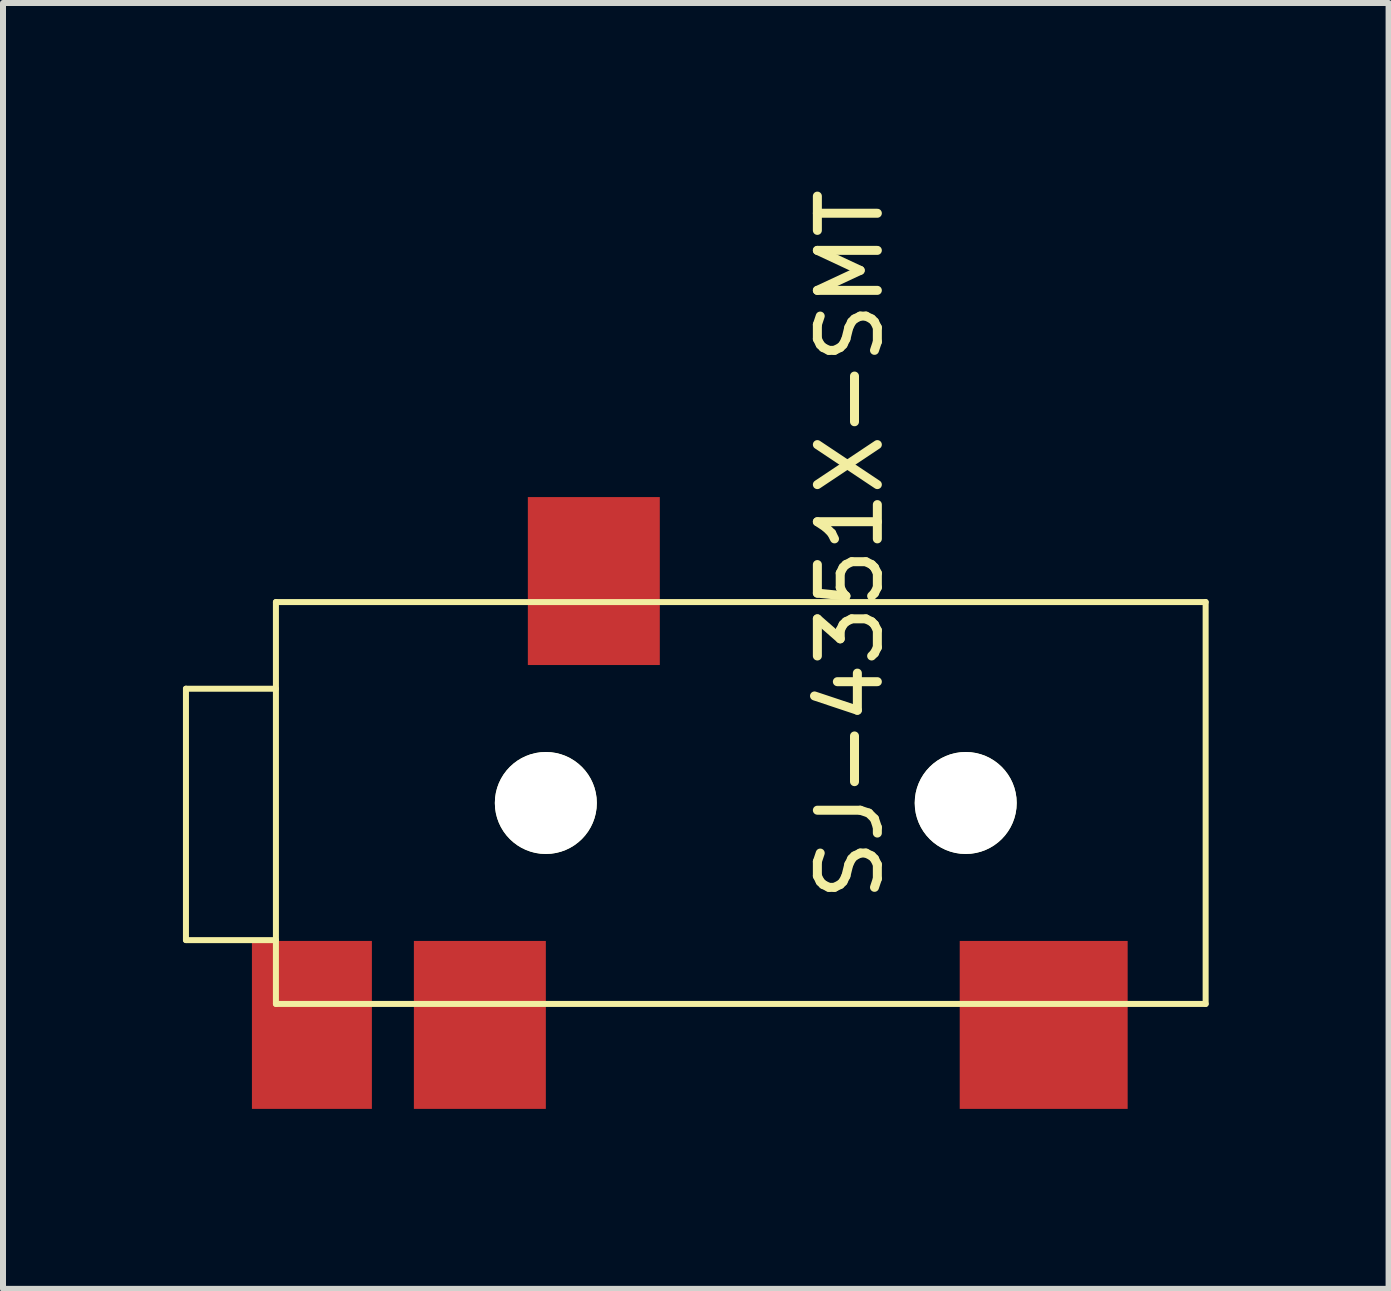
<source format=kicad_pcb>
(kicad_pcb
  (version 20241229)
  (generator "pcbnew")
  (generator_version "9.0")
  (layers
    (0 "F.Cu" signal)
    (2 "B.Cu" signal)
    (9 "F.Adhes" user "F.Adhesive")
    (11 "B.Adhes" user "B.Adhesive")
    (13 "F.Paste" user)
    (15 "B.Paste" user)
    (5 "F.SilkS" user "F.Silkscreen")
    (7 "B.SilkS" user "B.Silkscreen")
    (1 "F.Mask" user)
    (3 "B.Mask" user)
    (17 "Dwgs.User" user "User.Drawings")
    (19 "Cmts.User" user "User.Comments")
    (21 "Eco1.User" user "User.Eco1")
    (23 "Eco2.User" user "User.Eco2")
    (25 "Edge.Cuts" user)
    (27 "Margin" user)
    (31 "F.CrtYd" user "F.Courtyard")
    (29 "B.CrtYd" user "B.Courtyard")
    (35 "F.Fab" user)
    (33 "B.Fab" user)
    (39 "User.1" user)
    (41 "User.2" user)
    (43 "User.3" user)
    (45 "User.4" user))
  (footprint "SJ-4351X-SMT"
    (layer "F.Cu")
    (at 9.3 10.337)
    (property "Reference" "SJ-4351X-SMT" (at 1.822 -4.308 90) (layer "F.SilkS") (effects (font (size 1 1) (thickness 0.15))))
    (attr smd)
    (fp_line (start -9.25 -1.905) (end -7.75 -1.905) (stroke (width 0.1) (type solid)) (layer "F.SilkS"))
    (fp_line (start -9.25 2.286) (end -9.25 -1.905) (stroke (width 0.1) (type solid)) (layer "F.SilkS"))
    (fp_line (start -7.75 -3.35) (end -7.75 3.35) (stroke (width 0.1) (type solid)) (layer "F.SilkS"))
    (fp_line (start -7.75 -3.35) (end 7.75 -3.35) (stroke (width 0.1) (type solid)) (layer "F.SilkS"))
    (fp_line (start -7.75 2.286) (end -9.25 2.286) (stroke (width 0.1) (type solid)) (layer "F.SilkS"))
    (fp_line (start -7.75 3.35) (end 7.75 3.35) (stroke (width 0.1) (type solid)) (layer "F.SilkS"))
    (fp_line (start 7.75 -3.35) (end 7.75 3.35) (stroke (width 0.1) (type solid)) (layer "F.SilkS"))
    (pad "" np_thru_hole circle (at -3.25 0 90) (size 1.7 1.7) (drill 1.7) (layers "*.Cu" "*.Mask" "F.SilkS"))
    (pad "" np_thru_hole circle (at 3.75 0 90) (size 1.7 1.7) (drill 1.7) (layers "*.Cu" "*.Mask" "F.SilkS"))
    (pad "R1" smd rect (at -2.45 -3.7) (size 2.2 2.8) (layers "F.Cu" "F.Mask" "F.Paste"))
    (pad "R2" smd rect (at -4.35 3.7) (size 2.2 2.8) (layers "F.Cu" "F.Mask" "F.Paste"))
    (pad "S" smd rect (at -7.15 3.7) (size 2 2.8) (layers "F.Cu" "F.Mask" "F.Paste"))
    (pad "T" smd rect (at 5.05 3.7) (size 2.8 2.8) (layers "F.Cu" "F.Mask" "F.Paste")))
  (gr_rect
    (start -3 -3)
    (end 20.1 18.437)
    (stroke (width 0.1) (type default))
    (fill no)
    (layer "Edge.Cuts")))
</source>
